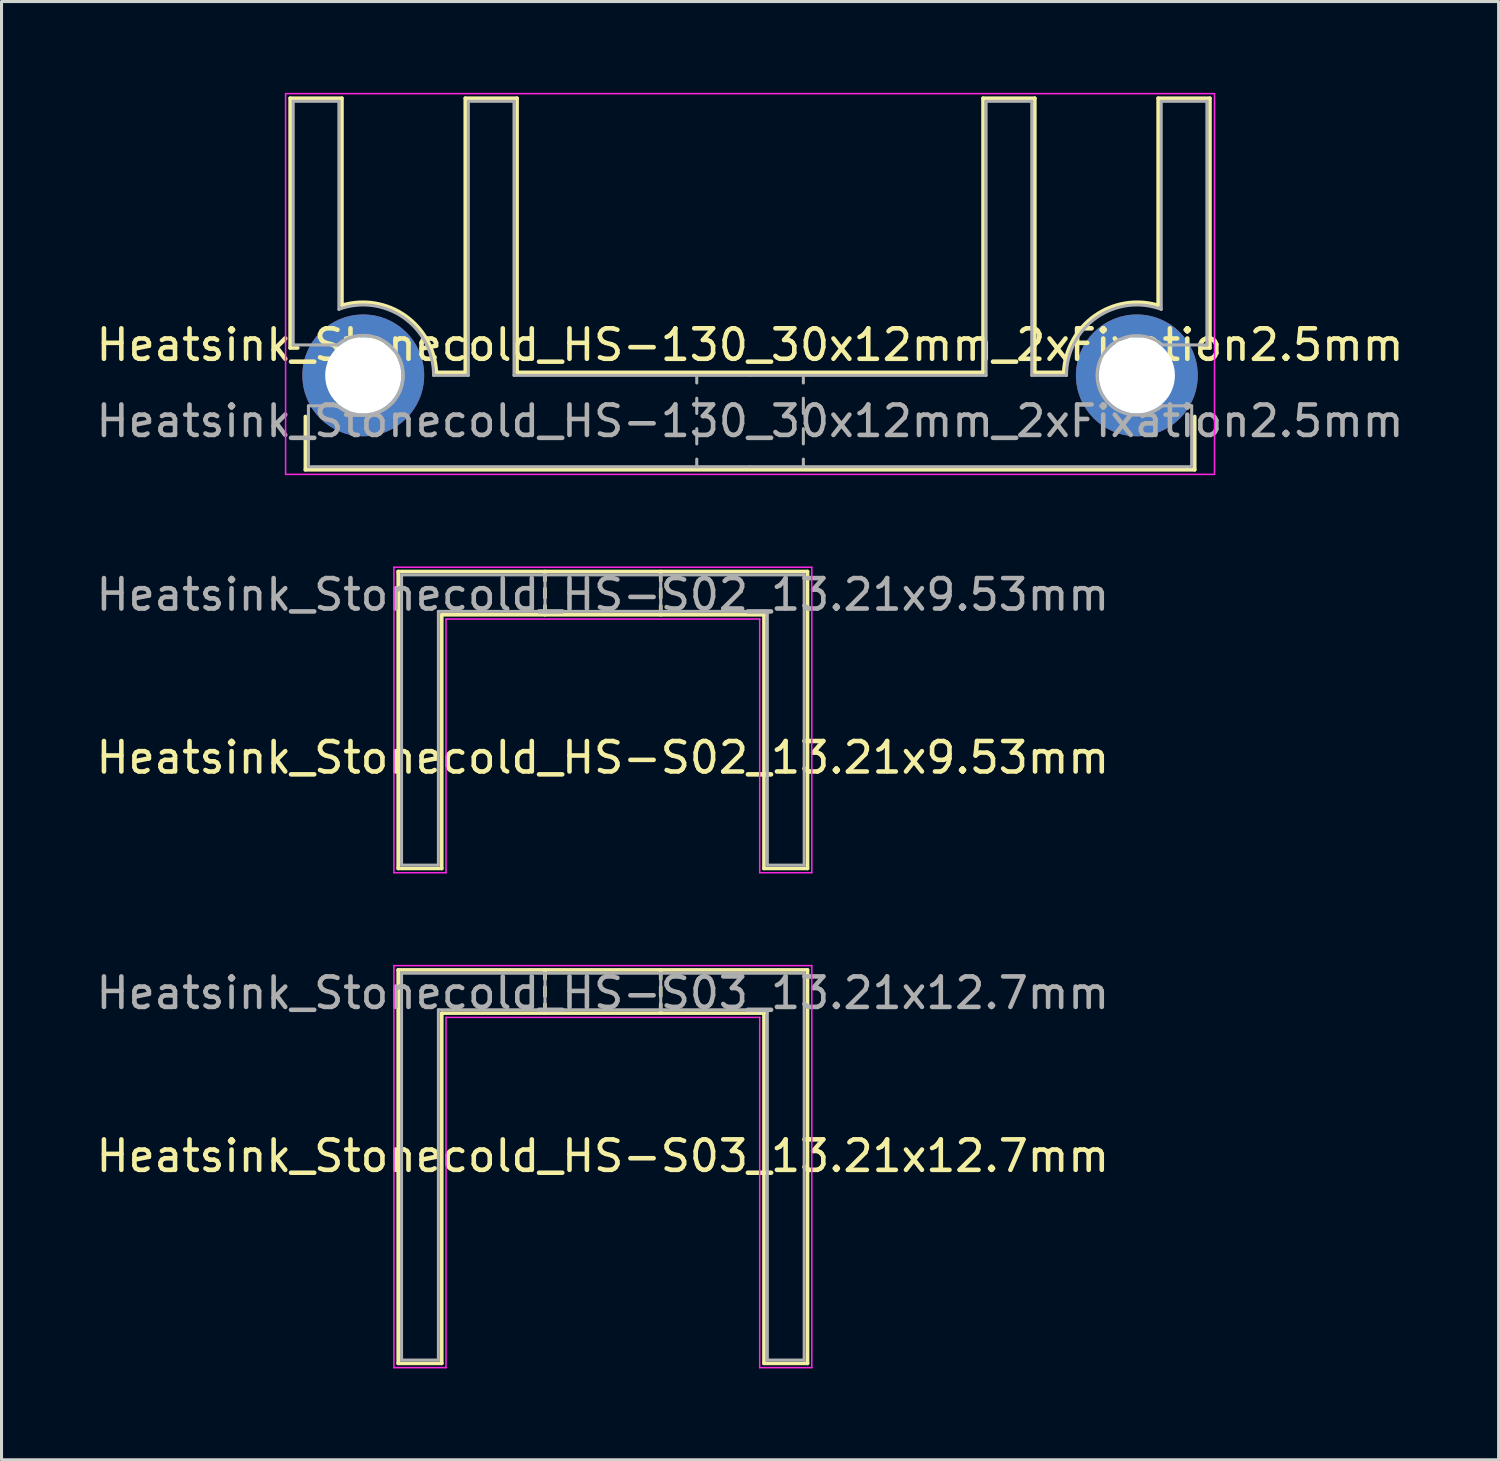
<source format=kicad_pcb>
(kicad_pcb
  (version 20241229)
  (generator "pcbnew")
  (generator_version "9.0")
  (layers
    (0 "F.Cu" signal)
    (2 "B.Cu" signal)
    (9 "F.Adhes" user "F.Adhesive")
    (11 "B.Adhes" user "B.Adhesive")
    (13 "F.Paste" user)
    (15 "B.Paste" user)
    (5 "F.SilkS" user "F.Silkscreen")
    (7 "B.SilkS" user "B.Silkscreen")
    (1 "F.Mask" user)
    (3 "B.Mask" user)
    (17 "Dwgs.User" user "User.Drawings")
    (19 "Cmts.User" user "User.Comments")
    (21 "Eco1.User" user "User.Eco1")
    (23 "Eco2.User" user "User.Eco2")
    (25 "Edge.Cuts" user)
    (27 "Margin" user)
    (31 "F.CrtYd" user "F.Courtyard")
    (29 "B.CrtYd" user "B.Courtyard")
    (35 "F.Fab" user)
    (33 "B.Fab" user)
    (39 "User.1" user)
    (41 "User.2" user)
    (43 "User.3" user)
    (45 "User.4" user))
  (footprint "Heatsink_Stonecold_HS-S02_13.21x9.53mm"
    (layer "F.Cu")
    (at 16.744 15.825)
    (property "Reference" "Heatsink_Stonecold_HS-S02_13.21x9.53mm" (at 0 6 0) (layer "F.SilkS") (effects (font (size 1 1) (thickness 0.15))))
    (fp_line (start -6.72 -0.11) (end -6.72 9.64) (stroke (width 0.12) (type solid)) (layer "F.SilkS"))
    (fp_line (start -6.72 -0.11) (end 6.72 -0.11) (stroke (width 0.12) (type solid)) (layer "F.SilkS"))
    (fp_line (start -6.72 9.64) (end -5.29 9.64) (stroke (width 0.12) (type solid)) (layer "F.SilkS"))
    (fp_line (start -5.29 1.31) (end 5.29 1.31) (stroke (width 0.12) (type solid)) (layer "F.SilkS"))
    (fp_line (start -5.29 9.64) (end -5.29 1.31) (stroke (width 0.12) (type solid)) (layer "F.SilkS"))
    (fp_line (start -1.9 -0.11) (end -1.9 0.19) (stroke (width 0.12) (type solid)) (layer "F.SilkS"))
    (fp_line (start -1.9 0.45) (end -1.9 0.75) (stroke (width 0.12) (type solid)) (layer "F.SilkS"))
    (fp_line (start -1.9 1.01) (end -1.9 1.31) (stroke (width 0.12) (type solid)) (layer "F.SilkS"))
    (fp_line (start 1.9 -0.11) (end 1.9 0.19) (stroke (width 0.12) (type solid)) (layer "F.SilkS"))
    (fp_line (start 1.9 0.45) (end 1.9 0.75) (stroke (width 0.12) (type solid)) (layer "F.SilkS"))
    (fp_line (start 1.9 1.01) (end 1.9 1.31) (stroke (width 0.12) (type solid)) (layer "F.SilkS"))
    (fp_line (start 5.29 1.31) (end 5.29 9.64) (stroke (width 0.12) (type solid)) (layer "F.SilkS"))
    (fp_line (start 5.29 9.64) (end 6.72 9.64) (stroke (width 0.12) (type solid)) (layer "F.SilkS"))
    (fp_line (start 6.72 -0.11) (end 6.72 9.64) (stroke (width 0.12) (type solid)) (layer "F.SilkS"))
    (fp_line (start -6.86 -0.25) (end -6.86 9.78) (stroke (width 0.05) (type solid)) (layer "F.CrtYd"))
    (fp_line (start -6.86 -0.25) (end 6.86 -0.25) (stroke (width 0.05) (type solid)) (layer "F.CrtYd"))
    (fp_line (start -6.86 9.78) (end -5.15 9.78) (stroke (width 0.05) (type solid)) (layer "F.CrtYd"))
    (fp_line (start -5.15 1.45) (end -5.15 9.78) (stroke (width 0.05) (type solid)) (layer "F.CrtYd"))
    (fp_line (start -5.15 1.45) (end 5.15 1.45) (stroke (width 0.05) (type solid)) (layer "F.CrtYd"))
    (fp_line (start 5.15 1.45) (end 5.15 9.78) (stroke (width 0.05) (type solid)) (layer "F.CrtYd"))
    (fp_line (start 5.15 9.78) (end 6.86 9.78) (stroke (width 0.05) (type solid)) (layer "F.CrtYd"))
    (fp_line (start 6.86 -0.25) (end 6.86 9.78) (stroke (width 0.05) (type solid)) (layer "F.CrtYd"))
    (fp_line (start -6.61 0) (end -6.61 9.53) (stroke (width 0.1) (type solid)) (layer "F.Fab"))
    (fp_line (start -6.61 0) (end 6.61 0) (stroke (width 0.1) (type solid)) (layer "F.Fab"))
    (fp_line (start -6.61 9.53) (end -5.4 9.53) (stroke (width 0.1) (type solid)) (layer "F.Fab"))
    (fp_line (start -5.4 1.2) (end -5.4 9.53) (stroke (width 0.1) (type solid)) (layer "F.Fab"))
    (fp_line (start -5.4 1.2) (end 5.4 1.2) (stroke (width 0.1) (type solid)) (layer "F.Fab"))
    (fp_line (start -1.9 1.2) (end -1.9 0) (stroke (width 0.1) (type solid)) (layer "F.Fab"))
    (fp_line (start 1.9 1.2) (end 1.9 0) (stroke (width 0.1) (type solid)) (layer "F.Fab"))
    (fp_line (start 5.4 1.2) (end 5.4 9.53) (stroke (width 0.1) (type solid)) (layer "F.Fab"))
    (fp_line (start 5.4 9.53) (end 6.61 9.53) (stroke (width 0.1) (type solid)) (layer "F.Fab"))
    (fp_line (start 6.61 0) (end 6.61 9.53) (stroke (width 0.1) (type solid)) (layer "F.Fab"))
    (fp_text user "${REFERENCE}" (at 0 0.65 0) (layer "F.Fab") (effects (font (size 1 1) (thickness 0.15)))))
  (footprint "Heatsink_Stonecold_HS-S03_13.21x12.7mm"
    (layer "F.Cu")
    (at 16.744 28.905)
    (property "Reference" "Heatsink_Stonecold_HS-S03_13.21x12.7mm" (at 0 6 0) (layer "F.SilkS") (effects (font (size 1 1) (thickness 0.15))))
    (fp_line (start -6.72 -0.11) (end -6.72 12.81) (stroke (width 0.12) (type solid)) (layer "F.SilkS"))
    (fp_line (start -6.72 -0.11) (end 6.72 -0.11) (stroke (width 0.12) (type solid)) (layer "F.SilkS"))
    (fp_line (start -6.72 12.81) (end -5.29 12.81) (stroke (width 0.12) (type solid)) (layer "F.SilkS"))
    (fp_line (start -5.29 1.31) (end 5.29 1.31) (stroke (width 0.12) (type solid)) (layer "F.SilkS"))
    (fp_line (start -5.29 12.81) (end -5.29 1.31) (stroke (width 0.12) (type solid)) (layer "F.SilkS"))
    (fp_line (start -1.9 -0.11) (end -1.9 0.19) (stroke (width 0.12) (type solid)) (layer "F.SilkS"))
    (fp_line (start -1.9 0.45) (end -1.9 0.75) (stroke (width 0.12) (type solid)) (layer "F.SilkS"))
    (fp_line (start -1.9 1.01) (end -1.9 1.31) (stroke (width 0.12) (type solid)) (layer "F.SilkS"))
    (fp_line (start 1.9 -0.11) (end 1.9 0.19) (stroke (width 0.12) (type solid)) (layer "F.SilkS"))
    (fp_line (start 1.9 0.45) (end 1.9 0.75) (stroke (width 0.12) (type solid)) (layer "F.SilkS"))
    (fp_line (start 1.9 1.01) (end 1.9 1.31) (stroke (width 0.12) (type solid)) (layer "F.SilkS"))
    (fp_line (start 5.29 1.31) (end 5.29 12.81) (stroke (width 0.12) (type solid)) (layer "F.SilkS"))
    (fp_line (start 5.29 12.81) (end 6.72 12.81) (stroke (width 0.12) (type solid)) (layer "F.SilkS"))
    (fp_line (start 6.72 -0.11) (end 6.72 12.81) (stroke (width 0.12) (type solid)) (layer "F.SilkS"))
    (fp_line (start -6.86 -0.25) (end -6.86 12.95) (stroke (width 0.05) (type solid)) (layer "F.CrtYd"))
    (fp_line (start -6.86 -0.25) (end 6.86 -0.25) (stroke (width 0.05) (type solid)) (layer "F.CrtYd"))
    (fp_line (start -6.86 12.95) (end -5.15 12.95) (stroke (width 0.05) (type solid)) (layer "F.CrtYd"))
    (fp_line (start -5.15 1.45) (end -5.15 12.95) (stroke (width 0.05) (type solid)) (layer "F.CrtYd"))
    (fp_line (start -5.15 1.45) (end 5.15 1.45) (stroke (width 0.05) (type solid)) (layer "F.CrtYd"))
    (fp_line (start 5.15 1.45) (end 5.15 12.95) (stroke (width 0.05) (type solid)) (layer "F.CrtYd"))
    (fp_line (start 5.15 12.95) (end 6.86 12.95) (stroke (width 0.05) (type solid)) (layer "F.CrtYd"))
    (fp_line (start 6.86 -0.25) (end 6.86 12.95) (stroke (width 0.05) (type solid)) (layer "F.CrtYd"))
    (fp_line (start -6.61 0) (end -6.61 12.7) (stroke (width 0.1) (type solid)) (layer "F.Fab"))
    (fp_line (start -6.61 0) (end 6.61 0) (stroke (width 0.1) (type solid)) (layer "F.Fab"))
    (fp_line (start -6.61 12.7) (end -5.4 12.7) (stroke (width 0.1) (type solid)) (layer "F.Fab"))
    (fp_line (start -5.4 1.2) (end -5.4 12.7) (stroke (width 0.1) (type solid)) (layer "F.Fab"))
    (fp_line (start -5.4 1.2) (end 5.4 1.2) (stroke (width 0.1) (type solid)) (layer "F.Fab"))
    (fp_line (start -1.9 1.2) (end -1.9 0) (stroke (width 0.1) (type solid)) (layer "F.Fab"))
    (fp_line (start 1.9 1.2) (end 1.9 0) (stroke (width 0.1) (type solid)) (layer "F.Fab"))
    (fp_line (start 5.4 1.2) (end 5.4 12.7) (stroke (width 0.1) (type solid)) (layer "F.Fab"))
    (fp_line (start 5.4 12.7) (end 6.61 12.7) (stroke (width 0.1) (type solid)) (layer "F.Fab"))
    (fp_line (start 6.61 0) (end 6.61 12.7) (stroke (width 0.1) (type solid)) (layer "F.Fab"))
    (fp_text user "${REFERENCE}" (at 0 0.65 0) (layer "F.Fab") (effects (font (size 1 1) (thickness 0.15)))))
  (footprint "Heatsink_Stonecold_HS-130_30x12mm_2xFixation2.5mm"
    (layer "F.Cu")
    (at 21.577 9.275)
    (property "Reference" "Heatsink_Stonecold_HS-130_30x12mm_2xFixation2.5mm" (at 0 -1 0) (layer "F.SilkS") (effects (font (size 1 1) (thickness 0.15))))
    (attr through_hole)
    (fp_line (start -15.1 -9.1) (end -13.4 -9.1) (stroke (width 0.12) (type solid)) (layer "F.SilkS"))
    (fp_line (start -15.1 -0.9) (end -15.1 -9.1) (stroke (width 0.12) (type solid)) (layer "F.SilkS"))
    (fp_line (start -15.1 -0.9) (end -14.85 -0.9) (stroke (width 0.12) (type solid)) (layer "F.SilkS"))
    (fp_line (start -14.6 3.1) (end -14.6 1.35) (stroke (width 0.12) (type solid)) (layer "F.SilkS"))
    (fp_line (start -14.6 3.1) (end 14.6 3.1) (stroke (width 0.12) (type solid)) (layer "F.SilkS"))
    (fp_line (start -13.4 -2.3) (end -13.4 -9.1) (stroke (width 0.12) (type solid)) (layer "F.SilkS"))
    (fp_line (start -10.3 -0.1) (end -9.35 -0.1) (stroke (width 0.12) (type solid)) (layer "F.SilkS"))
    (fp_line (start -9.35 -9.1) (end -7.65 -9.1) (stroke (width 0.12) (type solid)) (layer "F.SilkS"))
    (fp_line (start -9.35 -0.1) (end -9.35 -9.1) (stroke (width 0.12) (type solid)) (layer "F.SilkS"))
    (fp_line (start -7.65 -0.1) (end -7.65 -9.1) (stroke (width 0.12) (type solid)) (layer "F.SilkS"))
    (fp_line (start 7.65 -0.1) (end -7.65 -0.1) (stroke (width 0.12) (type solid)) (layer "F.SilkS"))
    (fp_line (start 7.65 -0.1) (end 7.65 -9.1) (stroke (width 0.12) (type solid)) (layer "F.SilkS"))
    (fp_line (start 9.35 -9.1) (end 7.65 -9.1) (stroke (width 0.12) (type solid)) (layer "F.SilkS"))
    (fp_line (start 9.35 -0.1) (end 9.35 -9.1) (stroke (width 0.12) (type solid)) (layer "F.SilkS"))
    (fp_line (start 9.35 -0.1) (end 10.3 -0.1) (stroke (width 0.12) (type solid)) (layer "F.SilkS"))
    (fp_line (start 13.4 -2.3) (end 13.4 -9.1) (stroke (width 0.12) (type solid)) (layer "F.SilkS"))
    (fp_line (start 14.6 3.1) (end 14.6 1.35) (stroke (width 0.12) (type solid)) (layer "F.SilkS"))
    (fp_line (start 15.1 -9.1) (end 13.4 -9.1) (stroke (width 0.12) (type solid)) (layer "F.SilkS"))
    (fp_line (start 15.1 -0.9) (end 14.85 -0.9) (stroke (width 0.12) (type solid)) (layer "F.SilkS"))
    (fp_line (start 15.1 -0.9) (end 15.1 -9.1) (stroke (width 0.12) (type solid)) (layer "F.SilkS"))
    (fp_arc (start -13.4 -2.3) (mid -11.314041 -1.955216) (end -10.3 -0.1) (stroke (width 0.12) (type solid)) (layer "F.SilkS"))
    (fp_arc (start 10.3 -0.1) (mid 11.31404 -1.955216) (end 13.4 -2.3) (stroke (width 0.12) (type solid)) (layer "F.SilkS"))
    (fp_line (start -15.25 -9.25) (end 15.25 -9.25) (stroke (width 0.05) (type solid)) (layer "F.CrtYd"))
    (fp_line (start -15.25 3.25) (end -15.25 -9.25) (stroke (width 0.05) (type solid)) (layer "F.CrtYd"))
    (fp_line (start -15.25 3.25) (end 15.25 3.25) (stroke (width 0.05) (type solid)) (layer "F.CrtYd"))
    (fp_line (start 15.25 3.25) (end 15.25 -9.25) (stroke (width 0.05) (type solid)) (layer "F.CrtYd"))
    (fp_line (start -15 -9) (end -13.5 -9) (stroke (width 0.1) (type solid)) (layer "F.Fab"))
    (fp_line (start -15 -1) (end -15 -9) (stroke (width 0.1) (type solid)) (layer "F.Fab"))
    (fp_line (start -15 -1) (end -13.54 -1) (stroke (width 0.1) (type solid)) (layer "F.Fab"))
    (fp_line (start -14.5 1) (end -13.54 1) (stroke (width 0.1) (type solid)) (layer "F.Fab"))
    (fp_line (start -14.5 3) (end -14.5 1) (stroke (width 0.1) (type solid)) (layer "F.Fab"))
    (fp_line (start -13.5 -2.17) (end -13.5 -9) (stroke (width 0.1) (type solid)) (layer "F.Fab"))
    (fp_line (start -10.39 0) (end -9.25 0) (stroke (width 0.1) (type solid)) (layer "F.Fab"))
    (fp_line (start -9.25 -9) (end -7.75 -9) (stroke (width 0.1) (type solid)) (layer "F.Fab"))
    (fp_line (start -9.25 0) (end -9.25 -9) (stroke (width 0.1) (type solid)) (layer "F.Fab"))
    (fp_line (start -7.75 0) (end -7.75 -9) (stroke (width 0.1) (type solid)) (layer "F.Fab"))
    (fp_line (start -1.75 0) (end -1.75 0.25) (stroke (width 0.1) (type solid)) (layer "F.Fab"))
    (fp_line (start -1.75 0.75) (end -1.75 1.25) (stroke (width 0.1) (type solid)) (layer "F.Fab"))
    (fp_line (start -1.75 1.75) (end -1.75 2.25) (stroke (width 0.1) (type solid)) (layer "F.Fab"))
    (fp_line (start -1.75 2.75) (end -1.75 3) (stroke (width 0.1) (type solid)) (layer "F.Fab"))
    (fp_line (start 0 0) (end -7.75 0) (stroke (width 0.1) (type solid)) (layer "F.Fab"))
    (fp_line (start 0 0) (end 7.75 0) (stroke (width 0.1) (type solid)) (layer "F.Fab"))
    (fp_line (start 0 3) (end -14.5 3) (stroke (width 0.1) (type solid)) (layer "F.Fab"))
    (fp_line (start 0 3) (end 14.5 3) (stroke (width 0.1) (type solid)) (layer "F.Fab"))
    (fp_line (start 1.75 0) (end 1.75 0.25) (stroke (width 0.1) (type solid)) (layer "F.Fab"))
    (fp_line (start 1.75 0.75) (end 1.75 1.25) (stroke (width 0.1) (type solid)) (layer "F.Fab"))
    (fp_line (start 1.75 1.75) (end 1.75 2.25) (stroke (width 0.1) (type solid)) (layer "F.Fab"))
    (fp_line (start 1.75 2.75) (end 1.75 3) (stroke (width 0.1) (type solid)) (layer "F.Fab"))
    (fp_line (start 7.75 0) (end 7.75 -9) (stroke (width 0.1) (type solid)) (layer "F.Fab"))
    (fp_line (start 9.25 -9) (end 7.75 -9) (stroke (width 0.1) (type solid)) (layer "F.Fab"))
    (fp_line (start 9.25 0) (end 9.25 -9) (stroke (width 0.1) (type solid)) (layer "F.Fab"))
    (fp_line (start 9.25 0) (end 10.39 0) (stroke (width 0.1) (type solid)) (layer "F.Fab"))
    (fp_line (start 13.5 -2.17) (end 13.5 -9) (stroke (width 0.1) (type solid)) (layer "F.Fab"))
    (fp_line (start 14.5 1) (end 13.54 1) (stroke (width 0.1) (type solid)) (layer "F.Fab"))
    (fp_line (start 14.5 3) (end 14.5 1) (stroke (width 0.1) (type solid)) (layer "F.Fab"))
    (fp_line (start 15 -9) (end 13.5 -9) (stroke (width 0.1) (type solid)) (layer "F.Fab"))
    (fp_line (start 15 -1) (end 13.54 -1) (stroke (width 0.1) (type solid)) (layer "F.Fab"))
    (fp_line (start 15 -1) (end 15 -9) (stroke (width 0.1) (type solid)) (layer "F.Fab"))
    (fp_arc (start -13.54 -1.01) (mid -11.386341 0.000006) (end -13.54001 1.009992) (stroke (width 0.1) (type solid)) (layer "F.Fab"))
    (fp_arc (start -13.530177 -1.00817) (mid -11.394029 0.006388) (end -13.54 1) (stroke (width 0.1) (type solid)) (layer "F.Fab"))
    (fp_arc (start -13.5 -2.17) (mid -11.378593 -1.896763) (end -10.39 0) (stroke (width 0.1) (type solid)) (layer "F.Fab"))
    (fp_arc (start 10.39 0) (mid 11.378593 -1.896763) (end 13.5 -2.17) (stroke (width 0.1) (type solid)) (layer "F.Fab"))
    (fp_arc (start 13.54 1) (mid 11.394029 0.006388) (end 13.530177 -1.00817) (stroke (width 0.1) (type solid)) (layer "F.Fab"))
    (fp_text user "${REFERENCE}" (at 0 1.5 0) (layer "F.Fab") (effects (font (size 1 1) (thickness 0.15))))
    (pad "1" thru_hole circle (at -12.7 0 180) (size 4 4) (drill 2.5) (layers "*.Cu" "*.Mask"))
    (pad "1" thru_hole circle (at 12.7 0) (size 4 4) (drill 2.5) (layers "*.Cu" "*.Mask")))
  (gr_rect
    (start -3 -3)
    (end 46.155 44.88)
    (stroke (width 0.1) (type default))
    (fill no)
    (layer "Edge.Cuts")))
</source>
